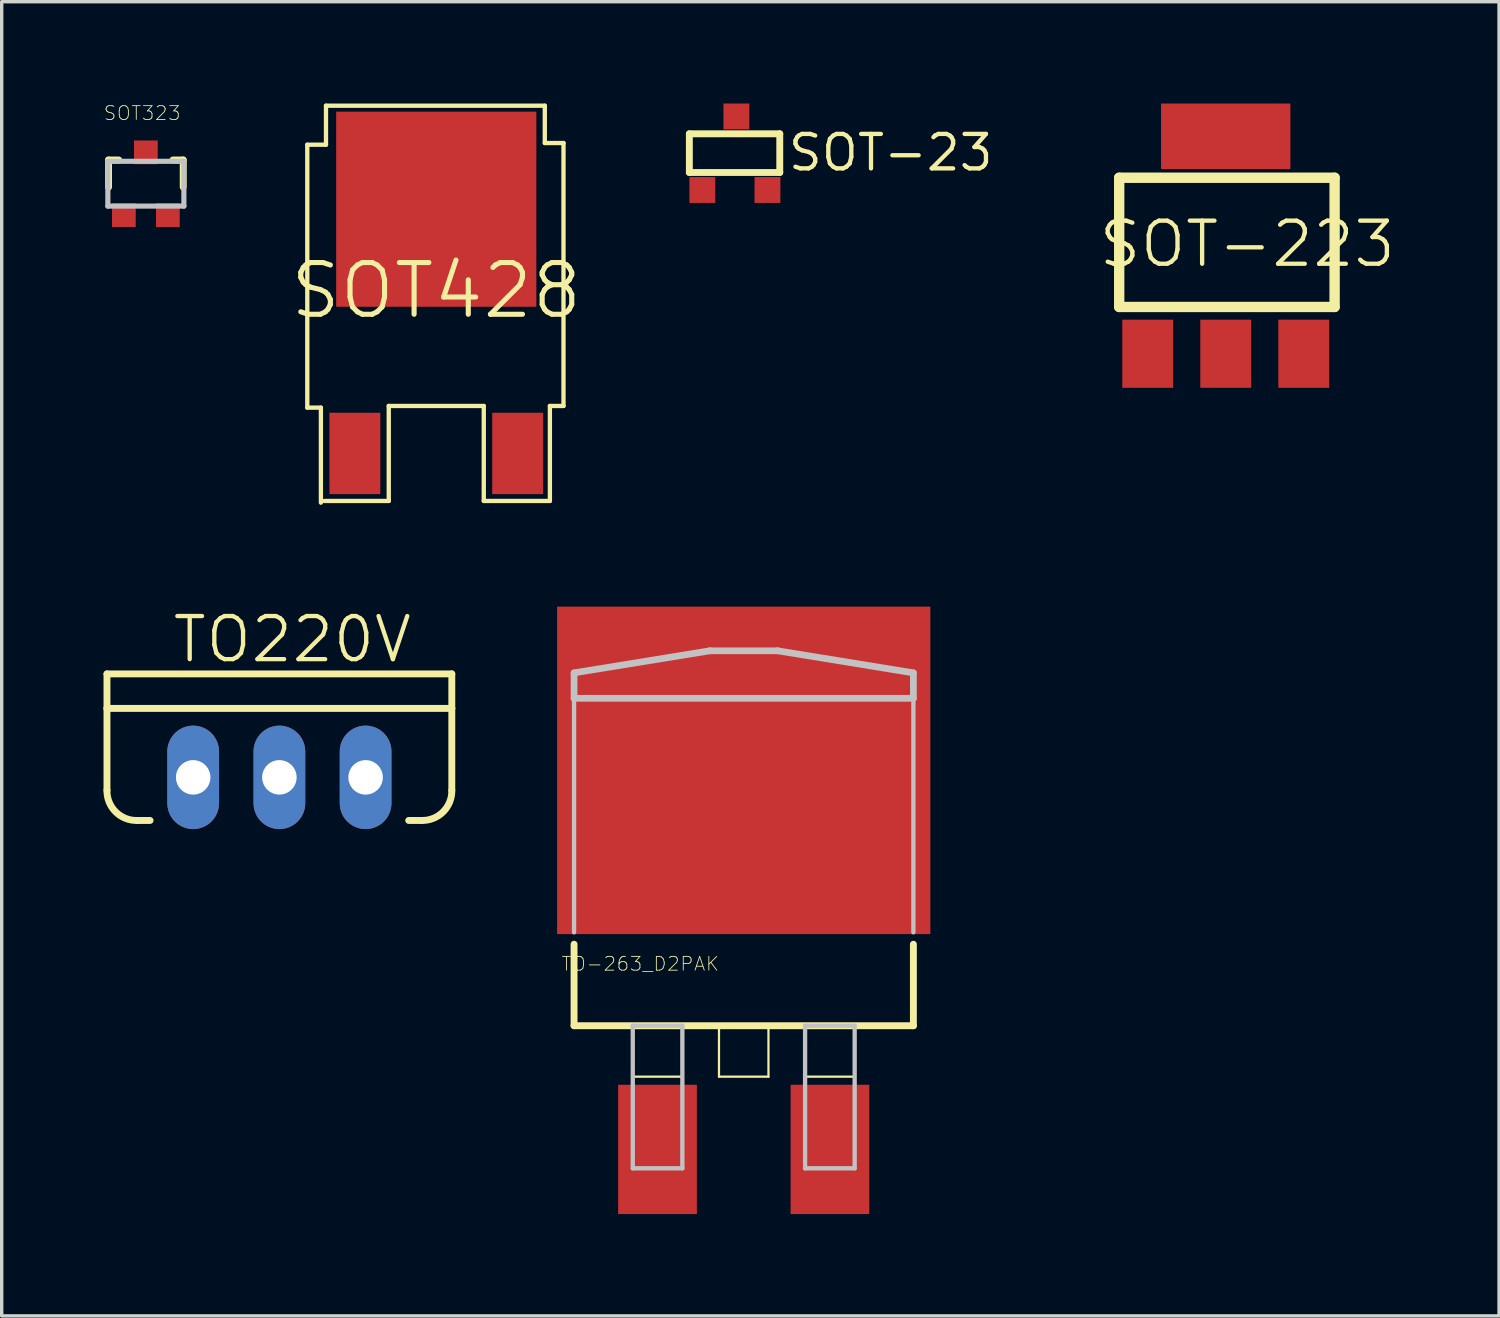
<source format=kicad_pcb>
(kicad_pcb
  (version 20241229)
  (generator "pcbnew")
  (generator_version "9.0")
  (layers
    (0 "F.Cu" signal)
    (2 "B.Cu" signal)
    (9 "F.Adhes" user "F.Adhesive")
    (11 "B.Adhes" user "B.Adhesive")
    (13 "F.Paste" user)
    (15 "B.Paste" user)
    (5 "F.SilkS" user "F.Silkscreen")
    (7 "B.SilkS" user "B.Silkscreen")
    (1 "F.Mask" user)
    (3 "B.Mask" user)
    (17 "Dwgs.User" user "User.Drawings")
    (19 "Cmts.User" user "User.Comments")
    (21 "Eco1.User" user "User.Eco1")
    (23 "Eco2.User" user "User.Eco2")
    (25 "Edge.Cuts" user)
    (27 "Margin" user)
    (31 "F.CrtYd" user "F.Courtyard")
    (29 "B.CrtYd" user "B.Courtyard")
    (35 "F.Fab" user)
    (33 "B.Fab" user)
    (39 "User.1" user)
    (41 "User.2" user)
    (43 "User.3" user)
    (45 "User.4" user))
  (footprint "TO-263_D2PAK"
    (layer "F.Cu")
    (at 18.863 23.773)
    (property "Reference" "TO-263_D2PAK" (at -3.048 1.575 0) (layer "F.SilkS") (effects (font (size 0.406 0.406) (thickness 0.025))))
    (attr smd)
    (fp_line (start -4.999 3.399) (end -4.999 0.998) (stroke (width 0.203) (type solid)) (layer "F.SilkS"))
    (fp_line (start -3.269 3.399) (end -1.808 3.399) (stroke (width 0.066) (type solid)) (layer "F.SilkS"))
    (fp_line (start -3.269 4.9) (end -3.269 3.399) (stroke (width 0.066) (type solid)) (layer "F.SilkS"))
    (fp_line (start -3.269 4.9) (end -1.808 4.9) (stroke (width 0.066) (type solid)) (layer "F.SilkS"))
    (fp_line (start -1.808 4.9) (end -1.808 3.399) (stroke (width 0.066) (type solid)) (layer "F.SilkS"))
    (fp_line (start -0.729 3.399) (end 0.729 3.399) (stroke (width 0.066) (type solid)) (layer "F.SilkS"))
    (fp_line (start -0.729 4.9) (end -0.729 3.399) (stroke (width 0.066) (type solid)) (layer "F.SilkS"))
    (fp_line (start -0.729 4.9) (end 0.729 4.9) (stroke (width 0.066) (type solid)) (layer "F.SilkS"))
    (fp_line (start 0.729 4.9) (end 0.729 3.399) (stroke (width 0.066) (type solid)) (layer "F.SilkS"))
    (fp_line (start 1.808 3.399) (end 3.269 3.399) (stroke (width 0.066) (type solid)) (layer "F.SilkS"))
    (fp_line (start 1.808 4.9) (end 1.808 3.399) (stroke (width 0.066) (type solid)) (layer "F.SilkS"))
    (fp_line (start 1.808 4.9) (end 3.269 4.9) (stroke (width 0.066) (type solid)) (layer "F.SilkS"))
    (fp_line (start 3.269 4.9) (end 3.269 3.399) (stroke (width 0.066) (type solid)) (layer "F.SilkS"))
    (fp_line (start 4.999 0.998) (end 4.999 3.399) (stroke (width 0.203) (type solid)) (layer "F.SilkS"))
    (fp_line (start 4.999 3.399) (end -4.999 3.399) (stroke (width 0.203) (type solid)) (layer "F.SilkS"))
    (fp_line (start -4.999 -6.998) (end -0.998 -7.648) (stroke (width 0.198) (type solid)) (layer "Dwgs.User"))
    (fp_line (start -4.999 -6.248) (end -4.999 -6.998) (stroke (width 0.198) (type solid)) (layer "Dwgs.User"))
    (fp_line (start -4.999 -6.248) (end -4.999 0.648) (stroke (width 0.127) (type solid)) (layer "Dwgs.User"))
    (fp_line (start -3.269 3.399) (end -1.808 3.399) (stroke (width 0.066) (type solid)) (layer "Dwgs.User"))
    (fp_line (start -3.269 3.399) (end -1.808 3.399) (stroke (width 0.127) (type solid)) (layer "Dwgs.User"))
    (fp_line (start -3.269 7.6) (end -3.269 3.399) (stroke (width 0.066) (type solid)) (layer "Dwgs.User"))
    (fp_line (start -3.269 7.6) (end -3.269 3.399) (stroke (width 0.127) (type solid)) (layer "Dwgs.User"))
    (fp_line (start -3.269 7.6) (end -1.808 7.6) (stroke (width 0.066) (type solid)) (layer "Dwgs.User"))
    (fp_line (start -1.808 3.399) (end -1.808 7.6) (stroke (width 0.127) (type solid)) (layer "Dwgs.User"))
    (fp_line (start -1.808 7.6) (end -3.269 7.6) (stroke (width 0.127) (type solid)) (layer "Dwgs.User"))
    (fp_line (start -1.808 7.6) (end -1.808 3.399) (stroke (width 0.066) (type solid)) (layer "Dwgs.User"))
    (fp_line (start -0.998 -7.648) (end 0.998 -7.648) (stroke (width 0.198) (type solid)) (layer "Dwgs.User"))
    (fp_line (start 0.998 -7.648) (end 4.999 -6.998) (stroke (width 0.198) (type solid)) (layer "Dwgs.User"))
    (fp_line (start 1.808 3.399) (end 1.808 7.6) (stroke (width 0.127) (type solid)) (layer "Dwgs.User"))
    (fp_line (start 1.808 3.399) (end 3.269 3.399) (stroke (width 0.066) (type solid)) (layer "Dwgs.User"))
    (fp_line (start 1.808 7.6) (end 1.808 3.399) (stroke (width 0.066) (type solid)) (layer "Dwgs.User"))
    (fp_line (start 1.808 7.6) (end 3.269 7.6) (stroke (width 0.066) (type solid)) (layer "Dwgs.User"))
    (fp_line (start 1.808 7.6) (end 3.269 7.6) (stroke (width 0.127) (type solid)) (layer "Dwgs.User"))
    (fp_line (start 3.269 3.399) (end 1.808 3.399) (stroke (width 0.127) (type solid)) (layer "Dwgs.User"))
    (fp_line (start 3.269 7.6) (end 3.269 3.399) (stroke (width 0.066) (type solid)) (layer "Dwgs.User"))
    (fp_line (start 3.269 7.6) (end 3.269 3.399) (stroke (width 0.127) (type solid)) (layer "Dwgs.User"))
    (fp_line (start 4.999 -6.998) (end 4.999 -6.248) (stroke (width 0.198) (type solid)) (layer "Dwgs.User"))
    (fp_line (start 4.999 -6.248) (end -4.999 -6.248) (stroke (width 0.198) (type solid)) (layer "Dwgs.User"))
    (fp_line (start 4.999 0.648) (end 4.999 -6.248) (stroke (width 0.127) (type solid)) (layer "Dwgs.User"))
    (pad "1" smd rect (at -2.54 7.043) (size 2.319 3.81) (layers "F.Cu" "F.Mask" "F.Paste"))
    (pad "2" smd rect (at 0 -4.125) (size 10.998 9.649) (layers "F.Cu" "F.Mask" "F.Paste"))
    (pad "3" smd rect (at 2.54 7.043) (size 2.319 3.81) (layers "F.Cu" "F.Mask" "F.Paste")))
  (footprint "TO220V"
    (layer "F.Cu")
    (at 5.182 19.854)
    (property "Reference" "TO220V" (at 0.381 -4.064 0) (layer "F.SilkS") (effects (font (size 1.27 1.27) (thickness 0.127))))
    (attr exclude_from_pos_files exclude_from_bom)
    (fp_line (start -5.08 -3.048) (end 5.08 -3.048) (stroke (width 0.066) (type solid)) (layer "F.SilkS"))
    (fp_line (start -5.08 -3.048) (end 5.08 -3.048) (stroke (width 0.203) (type solid)) (layer "F.SilkS"))
    (fp_line (start -5.08 -2.032) (end -5.08 -3.048) (stroke (width 0.066) (type solid)) (layer "F.SilkS"))
    (fp_line (start -5.08 -2.032) (end -5.08 -3.048) (stroke (width 0.203) (type solid)) (layer "F.SilkS"))
    (fp_line (start -5.08 -2.032) (end -5.08 0.381) (stroke (width 0.203) (type solid)) (layer "F.SilkS"))
    (fp_line (start -5.08 -2.032) (end 5.08 -2.032) (stroke (width 0.066) (type solid)) (layer "F.SilkS"))
    (fp_line (start -4.191 1.27) (end -3.81 1.27) (stroke (width 0.203) (type solid)) (layer "F.SilkS"))
    (fp_line (start 4.191 1.27) (end 3.81 1.27) (stroke (width 0.203) (type solid)) (layer "F.SilkS"))
    (fp_line (start 5.08 -3.048) (end 5.08 -2.032) (stroke (width 0.203) (type solid)) (layer "F.SilkS"))
    (fp_line (start 5.08 -2.032) (end -5.08 -2.032) (stroke (width 0.203) (type solid)) (layer "F.SilkS"))
    (fp_line (start 5.08 -2.032) (end 5.08 -3.048) (stroke (width 0.066) (type solid)) (layer "F.SilkS"))
    (fp_line (start 5.08 -2.032) (end 5.08 0.381) (stroke (width 0.203) (type solid)) (layer "F.SilkS"))
    (fp_arc (start -4.191 1.27) (mid -4.825845 1.01563) (end -5.079993 0.380697) (stroke (width 0.2032) (type solid)) (layer "F.SilkS"))
    (fp_arc (start 5.08 0.381) (mid 4.82563 1.015845) (end 4.190697 1.269993) (stroke (width 0.2032) (type solid)) (layer "F.SilkS"))
    (pad "1" thru_hole oval (at -2.54 0 180) (size 1.524 3.048) (drill 1.016) (layers "*.Cu" "*.Paste" "*.Mask"))
    (pad "2" thru_hole oval (at 0 0 180) (size 1.524 3.048) (drill 1.016) (layers "*.Cu" "*.Paste" "*.Mask"))
    (pad "3" thru_hole oval (at 2.54 0 180) (size 1.524 3.048) (drill 1.016) (layers "*.Cu" "*.Paste" "*.Mask")))
  (footprint "SOT-223"
    (layer "F.Cu")
    (at 33.065 4.14)
    (property "Reference" "SOT-223" (at 0.635 0 0) (layer "F.SilkS") (effects (font (size 1.27 1.27) (thickness 0.127))))
    (attr smd)
    (fp_line (start -3.139 -1.953) (end 3.208 -1.953) (stroke (width 0.305) (type solid)) (layer "F.SilkS"))
    (fp_line (start -3.139 1.854) (end -3.139 -1.953) (stroke (width 0.305) (type solid)) (layer "F.SilkS"))
    (fp_line (start 3.208 -1.953) (end 3.208 1.854) (stroke (width 0.305) (type solid)) (layer "F.SilkS"))
    (fp_line (start 3.208 1.854) (end -3.139 1.854) (stroke (width 0.305) (type solid)) (layer "F.SilkS"))
    (pad "1" smd rect (at -2.299 3.233) (size 1.499 2.007) (layers "F.Cu" "F.Mask" "F.Paste"))
    (pad "2" smd rect (at 0 3.233) (size 1.499 2.007) (layers "F.Cu" "F.Mask" "F.Paste"))
    (pad "3" smd rect (at 2.299 3.233) (size 1.499 2.007) (layers "F.Cu" "F.Mask" "F.Paste"))
    (pad "4" smd rect (at 0 -3.175) (size 3.81 1.93) (layers "F.Cu" "F.Mask" "F.Paste")))
  (footprint "SOT323"
    (layer "F.Cu")
    (at 1.248 2.363)
    (property "Reference" "SOT323" (at -0.109 -2.08 0) (layer "F.SilkS") (effects (font (size 0.406 0.406) (thickness 0.025))))
    (attr smd)
    (fp_line (start -1.1 -0.699) (end -1.1 0.099) (stroke (width 0.203) (type solid)) (layer "F.SilkS"))
    (fp_line (start -0.798 -0.699) (end -1.1 -0.699) (stroke (width 0.203) (type solid)) (layer "F.SilkS"))
    (fp_line (start 0.798 -0.699) (end 1.1 -0.699) (stroke (width 0.203) (type solid)) (layer "F.SilkS"))
    (fp_line (start 1.1 -0.699) (end 1.1 0.099) (stroke (width 0.203) (type solid)) (layer "F.SilkS"))
    (fp_line (start -1.12 -0.66) (end 1.12 -0.66) (stroke (width 0.152) (type solid)) (layer "Dwgs.User"))
    (fp_line (start -1.12 0.66) (end -1.12 -0.66) (stroke (width 0.152) (type solid)) (layer "Dwgs.User"))
    (fp_line (start 1.12 -0.66) (end 1.12 0.66) (stroke (width 0.152) (type solid)) (layer "Dwgs.User"))
    (fp_line (start 1.12 0.66) (end -1.12 0.66) (stroke (width 0.152) (type solid)) (layer "Dwgs.User"))
    (pad "1" smd rect (at -0.648 0.925) (size 0.699 0.699) (layers "F.Cu" "F.Mask" "F.Paste"))
    (pad "2" smd rect (at 0.648 0.925) (size 0.699 0.699) (layers "F.Cu" "F.Mask" "F.Paste"))
    (pad "3" smd rect (at 0 -0.925) (size 0.699 0.699) (layers "F.Cu" "F.Mask" "F.Paste")))
  (footprint "SOT-23"
    (layer "F.Cu")
    (at 18.622 1.448)
    (property "Reference" "SOT-23" (at 4.572 0 0) (layer "F.SilkS") (effects (font (size 1.016 1.016) (thickness 0.127))))
    (attr smd)
    (fp_line (start -1.361 -0.556) (end 1.303 -0.556) (stroke (width 0.203) (type solid)) (layer "F.SilkS"))
    (fp_line (start -1.361 0.584) (end -1.361 -0.556) (stroke (width 0.203) (type solid)) (layer "F.SilkS"))
    (fp_line (start 1.303 -0.556) (end 1.303 0.584) (stroke (width 0.203) (type solid)) (layer "F.SilkS"))
    (fp_line (start 1.303 0.584) (end -1.361 0.584) (stroke (width 0.203) (type solid)) (layer "F.SilkS"))
    (pad "1" smd rect (at -0.978 1.1) (size 0.762 0.762) (layers "F.Cu" "F.Mask" "F.Paste"))
    (pad "2" smd rect (at 0.94 1.1) (size 0.762 0.762) (layers "F.Cu" "F.Mask" "F.Paste"))
    (pad "3" smd rect (at 0.025 -1.067) (size 0.762 0.762) (layers "F.Cu" "F.Mask" "F.Paste")))
  (footprint "SOT428"
    (layer "F.Cu")
    (at 9.804 5.512)
    (property "Reference" "SOT428" (at 0 0 0) (layer "F.SilkS") (effects (font (size 1.524 1.524) (thickness 0.15))))
    (attr smd)
    (fp_line (start -3.8 -4.298) (end -3.8 3.449) (stroke (width 0.127) (type solid)) (layer "F.SilkS"))
    (fp_line (start -3.8 3.449) (end -3.399 3.449) (stroke (width 0.127) (type solid)) (layer "F.SilkS"))
    (fp_line (start -3.399 3.449) (end -3.399 6.248) (stroke (width 0.127) (type solid)) (layer "F.SilkS"))
    (fp_line (start -3.299 6.198) (end -1.4 6.198) (stroke (width 0.127) (type solid)) (layer "F.SilkS"))
    (fp_line (start -3.249 -5.448) (end -3.249 -4.298) (stroke (width 0.127) (type solid)) (layer "F.SilkS"))
    (fp_line (start -3.249 -4.298) (end -3.8 -4.298) (stroke (width 0.127) (type solid)) (layer "F.SilkS"))
    (fp_line (start -1.4 3.399) (end 1.4 3.399) (stroke (width 0.127) (type solid)) (layer "F.SilkS"))
    (fp_line (start -1.4 6.198) (end -1.4 3.399) (stroke (width 0.127) (type solid)) (layer "F.SilkS"))
    (fp_line (start 1.4 3.399) (end 1.4 6.198) (stroke (width 0.127) (type solid)) (layer "F.SilkS"))
    (fp_line (start 1.4 6.198) (end 3.348 6.198) (stroke (width 0.127) (type solid)) (layer "F.SilkS"))
    (fp_line (start 3.198 -5.448) (end -3.249 -5.448) (stroke (width 0.127) (type solid)) (layer "F.SilkS"))
    (fp_line (start 3.198 -4.348) (end 3.198 -5.448) (stroke (width 0.127) (type solid)) (layer "F.SilkS"))
    (fp_line (start 3.348 3.399) (end 3.749 3.399) (stroke (width 0.127) (type solid)) (layer "F.SilkS"))
    (fp_line (start 3.348 6.198) (end 3.348 3.399) (stroke (width 0.127) (type solid)) (layer "F.SilkS"))
    (fp_line (start 3.749 -4.348) (end 3.198 -4.348) (stroke (width 0.127) (type solid)) (layer "F.SilkS"))
    (fp_line (start 3.749 3.399) (end 3.749 -4.348) (stroke (width 0.127) (type solid)) (layer "F.SilkS"))
    (pad "1" smd rect (at -2.398 4.798) (size 1.499 2.398) (layers "F.Cu" "F.Mask" "F.Paste"))
    (pad "3" smd rect (at 2.398 4.798) (size 1.499 2.398) (layers "F.Cu" "F.Mask" "F.Paste"))
    (pad "MB" smd rect (at 0 -2.398) (size 5.898 5.748) (layers "F.Cu" "F.Mask" "F.Paste")))
  (gr_rect
    (start -3 -3)
    (end 41.118 35.722)
    (stroke (width 0.1) (type default))
    (fill no)
    (layer "Edge.Cuts")))
</source>
